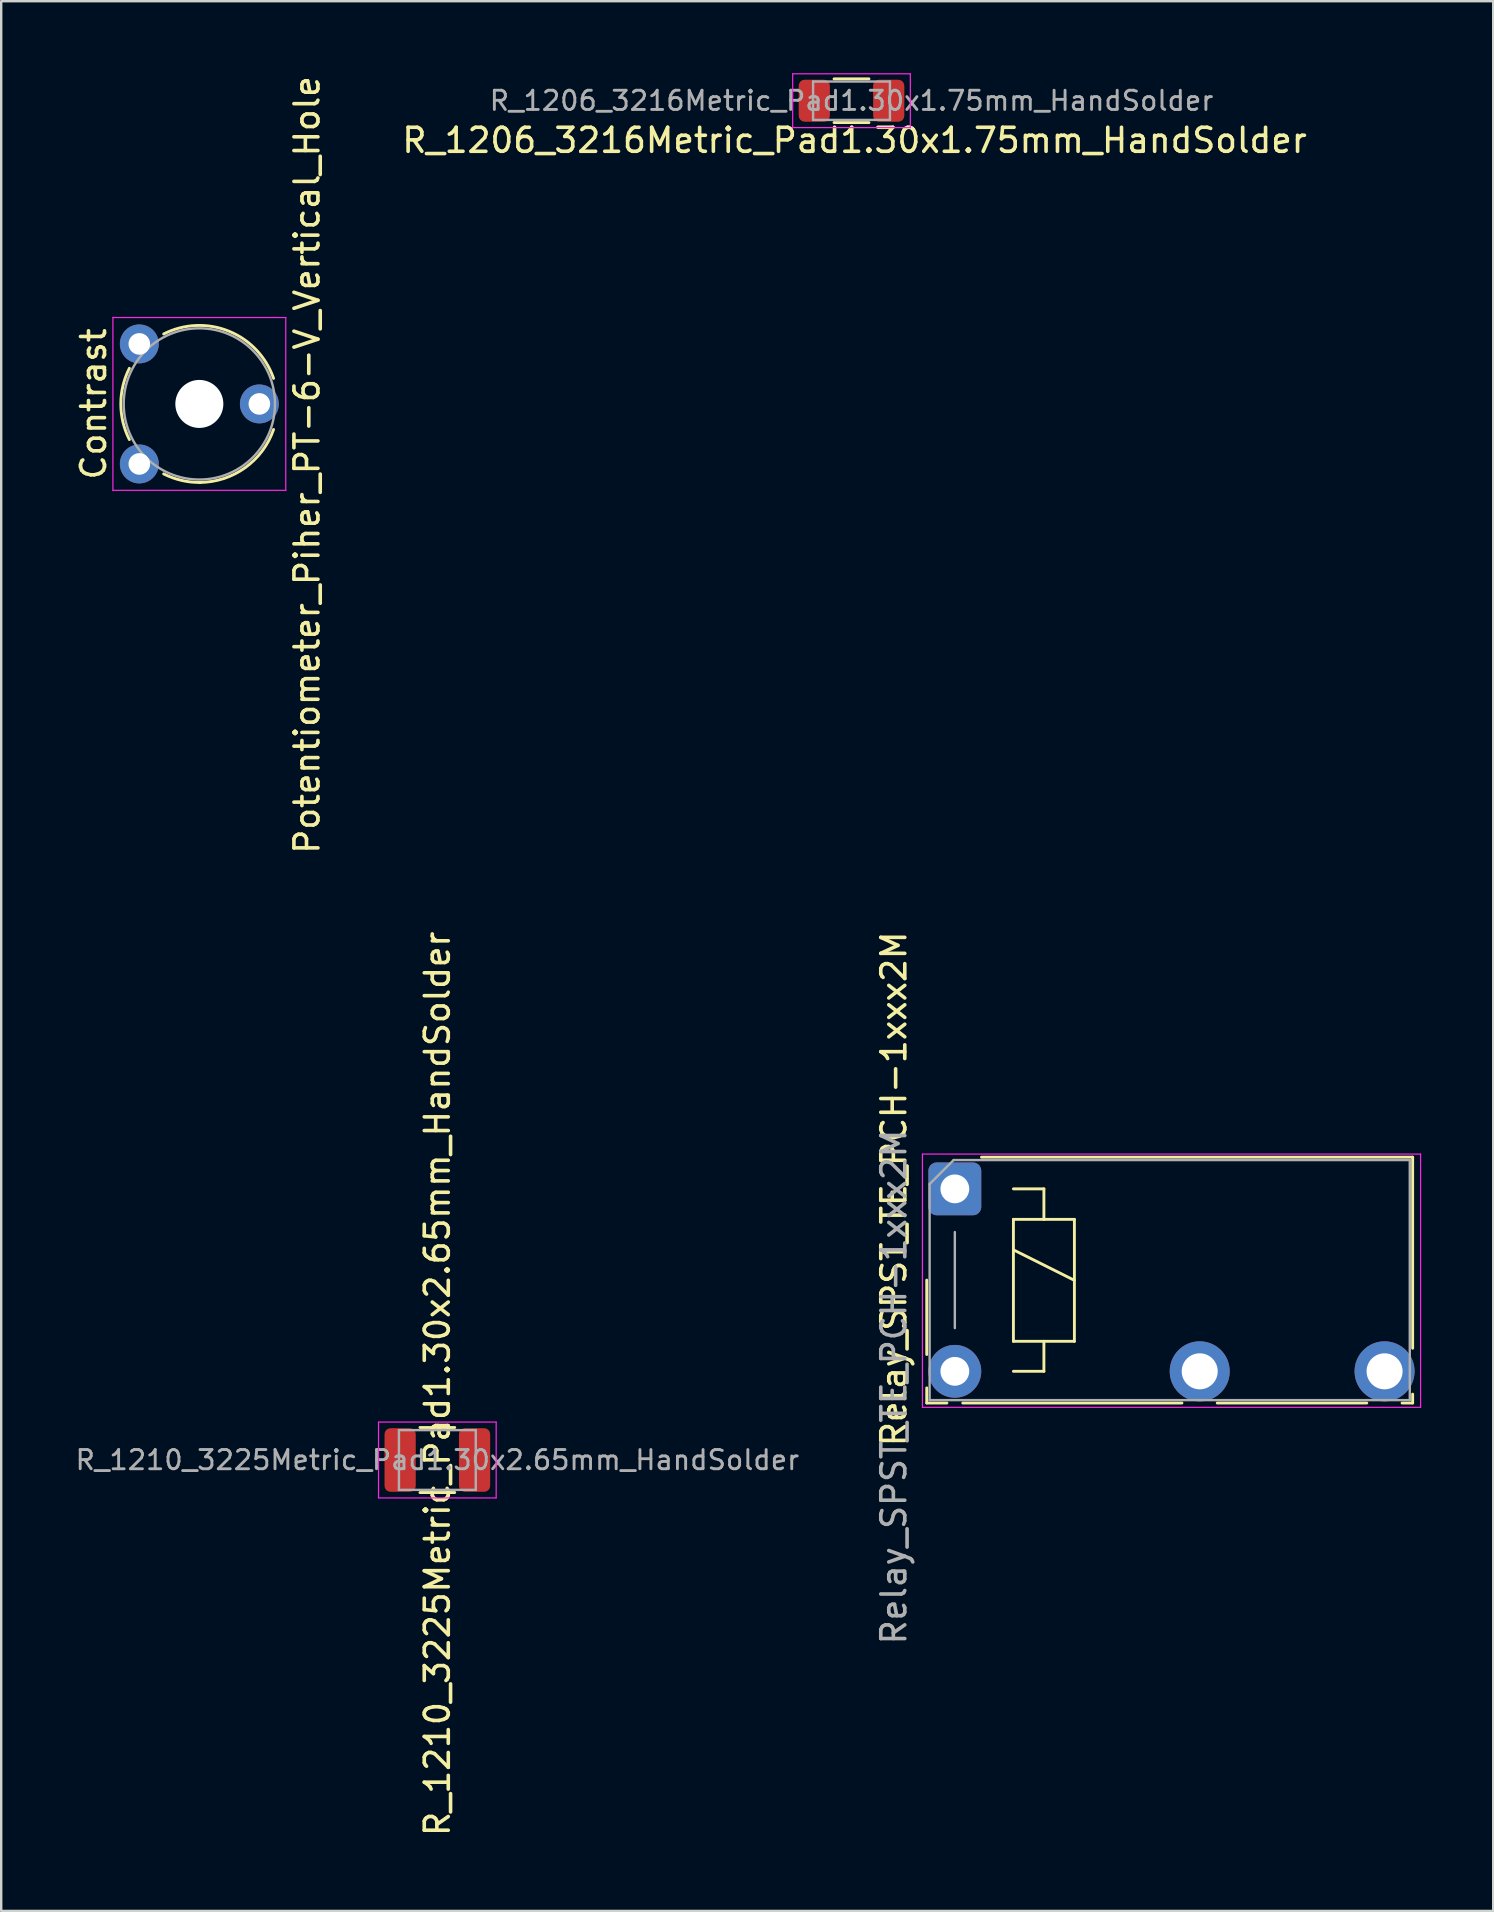
<source format=kicad_pcb>
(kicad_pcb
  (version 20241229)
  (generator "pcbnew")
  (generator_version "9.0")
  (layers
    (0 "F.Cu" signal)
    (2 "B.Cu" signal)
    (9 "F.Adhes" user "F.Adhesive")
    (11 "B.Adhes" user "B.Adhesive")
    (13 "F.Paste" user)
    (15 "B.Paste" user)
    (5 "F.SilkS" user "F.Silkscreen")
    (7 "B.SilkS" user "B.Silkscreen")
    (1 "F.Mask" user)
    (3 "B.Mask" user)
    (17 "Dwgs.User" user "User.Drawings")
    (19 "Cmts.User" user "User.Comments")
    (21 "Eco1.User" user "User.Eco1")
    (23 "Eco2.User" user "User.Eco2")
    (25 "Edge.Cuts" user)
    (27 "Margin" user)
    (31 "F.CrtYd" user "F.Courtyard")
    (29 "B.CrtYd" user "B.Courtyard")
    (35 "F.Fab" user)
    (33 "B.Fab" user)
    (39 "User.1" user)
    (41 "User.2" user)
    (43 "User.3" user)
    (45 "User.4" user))
  (footprint "R_1210_3225Metric_Pad1.30x2.65mm_HandSolder"
    (layer "F.Cu")
    (at 15.167 57.764)
    (property "Reference" "R_1210_3225Metric_Pad1.30x2.65mm_HandSolder" (at 0 -3.175 90) (layer "F.SilkS") (effects (font (size 1 1) (thickness 0.15))))
    (attr smd)
    (fp_line (start -0.724 -1.355) (end 0.724 -1.355) (stroke (width 0.12) (type solid)) (layer "F.SilkS"))
    (fp_line (start -0.724 1.355) (end 0.724 1.355) (stroke (width 0.12) (type solid)) (layer "F.SilkS"))
    (fp_line (start -2.45 -1.58) (end 2.45 -1.58) (stroke (width 0.05) (type solid)) (layer "F.CrtYd"))
    (fp_line (start -2.45 1.58) (end -2.45 -1.58) (stroke (width 0.05) (type solid)) (layer "F.CrtYd"))
    (fp_line (start 2.45 -1.58) (end 2.45 1.58) (stroke (width 0.05) (type solid)) (layer "F.CrtYd"))
    (fp_line (start 2.45 1.58) (end -2.45 1.58) (stroke (width 0.05) (type solid)) (layer "F.CrtYd"))
    (fp_line (start -1.6 -1.245) (end 1.6 -1.245) (stroke (width 0.1) (type solid)) (layer "F.Fab"))
    (fp_line (start -1.6 1.245) (end -1.6 -1.245) (stroke (width 0.1) (type solid)) (layer "F.Fab"))
    (fp_line (start 1.6 -1.245) (end 1.6 1.245) (stroke (width 0.1) (type solid)) (layer "F.Fab"))
    (fp_line (start 1.6 1.245) (end -1.6 1.245) (stroke (width 0.1) (type solid)) (layer "F.Fab"))
    (fp_text user "${REFERENCE}" (at 0 0 180) (layer "F.Fab") (effects (font (size 0.8 0.8) (thickness 0.12))))
    (pad "1" smd roundrect (at -1.55 0) (size 1.3 2.65) (layers "F.Cu" "F.Mask" "F.Paste") (roundrect_rratio 0.192))
    (pad "2" smd roundrect (at 1.55 0) (size 1.3 2.65) (layers "F.Cu" "F.Mask" "F.Paste") (roundrect_rratio 0.192)))
  (footprint "Relay_SPST_TE_PCH-1xxx2M"
    (layer "F.Cu")
    (at 36.722 46.47)
    (property "Reference" "Relay_SPST_TE_PCH-1xxx2M" (at -2.54 0 270) (layer "F.SilkS") (effects (font (size 1 1) (thickness 0.15))))
    (attr through_hole)
    (fp_line (start -1.17 3.8) (end -1.17 6.9) (stroke (width 0.12) (type solid)) (layer "F.SilkS"))
    (fp_line (start -1.17 8.29) (end -1.17 8.92) (stroke (width 0.12) (type solid)) (layer "F.SilkS"))
    (fp_line (start -0.33 8.92) (end -1.17 8.92) (stroke (width 0.12) (type solid)) (layer "F.SilkS"))
    (fp_line (start 2.44 0) (end 3.71 0) (stroke (width 0.12) (type solid)) (layer "F.SilkS"))
    (fp_line (start 2.44 1.27) (end 3.71 1.27) (stroke (width 0.12) (type solid)) (layer "F.SilkS"))
    (fp_line (start 2.44 2.54) (end 4.98 3.81) (stroke (width 0.12) (type solid)) (layer "F.SilkS"))
    (fp_line (start 2.44 6.35) (end 2.44 1.27) (stroke (width 0.12) (type solid)) (layer "F.SilkS"))
    (fp_line (start 3.71 0) (end 3.71 1.27) (stroke (width 0.12) (type solid)) (layer "F.SilkS"))
    (fp_line (start 3.71 1.27) (end 4.98 1.27) (stroke (width 0.12) (type solid)) (layer "F.SilkS"))
    (fp_line (start 3.71 6.35) (end 3.71 7.6) (stroke (width 0.12) (type solid)) (layer "F.SilkS"))
    (fp_line (start 3.71 7.6) (end 2.44 7.6) (stroke (width 0.12) (type solid)) (layer "F.SilkS"))
    (fp_line (start 4.98 1.27) (end 4.98 6.35) (stroke (width 0.12) (type solid)) (layer "F.SilkS"))
    (fp_line (start 4.98 6.35) (end 2.44 6.35) (stroke (width 0.12) (type solid)) (layer "F.SilkS"))
    (fp_line (start 9.46 8.92) (end 0.33 8.92) (stroke (width 0.12) (type solid)) (layer "F.SilkS"))
    (fp_line (start 17.16 8.92) (end 10.93 8.92) (stroke (width 0.12) (type solid)) (layer "F.SilkS"))
    (fp_line (start 19.07 -1.32) (end 1.11 -1.32) (stroke (width 0.12) (type solid)) (layer "F.SilkS"))
    (fp_line (start 19.07 -1.32) (end 19.07 6.64) (stroke (width 0.12) (type solid)) (layer "F.SilkS"))
    (fp_line (start 19.07 8.92) (end 18.63 8.92) (stroke (width 0.12) (type solid)) (layer "F.SilkS"))
    (fp_line (start 19.07 8.92) (end 19.07 8.55) (stroke (width 0.12) (type solid)) (layer "F.SilkS"))
    (fp_line (start -1.35 -1.45) (end 19.4 -1.45) (stroke (width 0.05) (type solid)) (layer "F.CrtYd"))
    (fp_line (start -1.35 9.1) (end -1.35 -1.45) (stroke (width 0.05) (type solid)) (layer "F.CrtYd"))
    (fp_line (start 19.4 -1.45) (end 19.4 9.1) (stroke (width 0.05) (type solid)) (layer "F.CrtYd"))
    (fp_line (start 19.4 9.1) (end -1.35 9.1) (stroke (width 0.05) (type solid)) (layer "F.CrtYd"))
    (fp_line (start -1.05 8.8) (end -1.05 -0.2) (stroke (width 0.1) (type solid)) (layer "F.Fab"))
    (fp_line (start -0.05 -1.2) (end -1.05 -0.2) (stroke (width 0.1) (type solid)) (layer "F.Fab"))
    (fp_line (start -0.05 -1.2) (end 18.95 -1.2) (stroke (width 0.1) (type solid)) (layer "F.Fab"))
    (fp_line (start 0 1.8) (end 0 5.8) (stroke (width 0.1) (type solid)) (layer "F.Fab"))
    (fp_line (start 18.95 -1.2) (end 18.95 8.8) (stroke (width 0.1) (type solid)) (layer "F.Fab"))
    (fp_line (start 18.95 8.8) (end -1.05 8.8) (stroke (width 0.1) (type solid)) (layer "F.Fab"))
    (fp_text user "${REFERENCE}" (at -2.54 8.255 270) (layer "F.Fab") (effects (font (size 1 1) (thickness 0.15))))
    (pad "1" thru_hole roundrect (at 0 0) (size 2.2 2.2) (drill 1.2) (layers "*.Cu" "*.Mask") (roundrect_rratio 0.155))
    (pad "2" thru_hole circle (at 10.2 7.6) (size 2.5 2.5) (drill 1.5) (layers "*.Cu" "*.Mask"))
    (pad "3" thru_hole circle (at 17.9 7.6) (size 2.5 2.5) (drill 1.5) (layers "*.Cu" "*.Mask"))
    (pad "5" thru_hole circle (at 0 7.6) (size 2.2 2.2) (drill 1.2) (layers "*.Cu" "*.Mask")))
  (footprint "R_1206_3216Metric_Pad1.30x1.75mm_HandSolder"
    (layer "F.Cu")
    (at 32.418 1.145)
    (property "Reference" "R_1206_3216Metric_Pad1.30x1.75mm_HandSolder" (at 0.127 1.651 0) (layer "F.SilkS") (effects (font (size 1 1) (thickness 0.15))))
    (attr smd)
    (fp_line (start -0.727 -0.91) (end 0.727 -0.91) (stroke (width 0.12) (type solid)) (layer "F.SilkS"))
    (fp_line (start -0.727 0.91) (end 0.727 0.91) (stroke (width 0.12) (type solid)) (layer "F.SilkS"))
    (fp_line (start -2.45 -1.12) (end 2.45 -1.12) (stroke (width 0.05) (type solid)) (layer "F.CrtYd"))
    (fp_line (start -2.45 1.12) (end -2.45 -1.12) (stroke (width 0.05) (type solid)) (layer "F.CrtYd"))
    (fp_line (start 2.45 -1.12) (end 2.45 1.12) (stroke (width 0.05) (type solid)) (layer "F.CrtYd"))
    (fp_line (start 2.45 1.12) (end -2.45 1.12) (stroke (width 0.05) (type solid)) (layer "F.CrtYd"))
    (fp_line (start -1.6 -0.8) (end 1.6 -0.8) (stroke (width 0.1) (type solid)) (layer "F.Fab"))
    (fp_line (start -1.6 0.8) (end -1.6 -0.8) (stroke (width 0.1) (type solid)) (layer "F.Fab"))
    (fp_line (start 1.6 -0.8) (end 1.6 0.8) (stroke (width 0.1) (type solid)) (layer "F.Fab"))
    (fp_line (start 1.6 0.8) (end -1.6 0.8) (stroke (width 0.1) (type solid)) (layer "F.Fab"))
    (fp_text user "${REFERENCE}" (at 0 0 0) (layer "F.Fab") (effects (font (size 0.8 0.8) (thickness 0.12))))
    (pad "1" smd roundrect (at -1.55 0) (size 1.3 1.75) (layers "F.Cu" "F.Mask" "F.Paste") (roundrect_rratio 0.192))
    (pad "2" smd roundrect (at 1.55 0) (size 1.3 1.75) (layers "F.Cu" "F.Mask" "F.Paste") (roundrect_rratio 0.192)))
  (footprint "Potentiometer_Piher_PT-6-V_Vertical_Hole"
    (layer "F.Cu")
    (at 2.753 16.275)
    (property "Reference" "Potentiometer_Piher_PT-6-V_Vertical_Hole" (at 6.985 0.04 90) (layer "F.SilkS") (effects (font (size 1 1) (thickness 0.15))))
    (attr through_hole)
    (fp_arc (start -0.413387 -1.014798) (mid -0.770114 -2.499325) (end -0.414 -3.984) (stroke (width 0.12) (type solid)) (layer "F.SilkS"))
    (fp_arc (start 1.016032 -5.413829) (mid 3.725524 -5.531609) (end 5.592 -3.564) (stroke (width 0.12) (type solid)) (layer "F.SilkS"))
    (fp_arc (start 2.556863 0.770075) (mid 1.764071 0.686696) (end 1.015 0.414) (stroke (width 0.12) (type solid)) (layer "F.SilkS"))
    (fp_arc (start 5.591846 -1.435392) (mid 4.398899 0.162158) (end 2.5 0.77) (stroke (width 0.12) (type solid)) (layer "F.SilkS"))
    (fp_line (start -1.1 -6.1) (end -1.1 1.1) (stroke (width 0.05) (type solid)) (layer "F.CrtYd"))
    (fp_line (start -1.1 1.1) (end 6.1 1.1) (stroke (width 0.05) (type solid)) (layer "F.CrtYd"))
    (fp_line (start 6.1 -6.1) (end -1.1 -6.1) (stroke (width 0.05) (type solid)) (layer "F.CrtYd"))
    (fp_line (start 6.1 1.1) (end 6.1 -6.1) (stroke (width 0.05) (type solid)) (layer "F.CrtYd"))
    (fp_circle (center 2.5 -2.5) (end 5.65 -2.5) (stroke (width 0.1) (type solid)) (fill no) (layer "F.Fab"))
    (fp_text user "Contrast" (at -1.905 -2.5 90) (layer "F.SilkS") (effects (font (size 1 1) (thickness 0.15))))
    (pad "" np_thru_hole circle (at 2.5 -2.5) (size 2 2) (drill 2) (layers "*.Cu" "*.Mask"))
    (pad "1" thru_hole circle (at 0 0) (size 1.62 1.62) (drill 0.9) (layers "*.Cu" "*.Mask"))
    (pad "2" thru_hole circle (at 5 -2.5) (size 1.62 1.62) (drill 0.9) (layers "*.Cu" "*.Mask"))
    (pad "3" thru_hole circle (at 0 -5) (size 1.62 1.62) (drill 0.9) (layers "*.Cu" "*.Mask")))
  (gr_rect
    (start -3 -3)
    (end 59.147 76.548)
    (stroke (width 0.1) (type default))
    (fill no)
    (layer "Edge.Cuts")))
</source>
